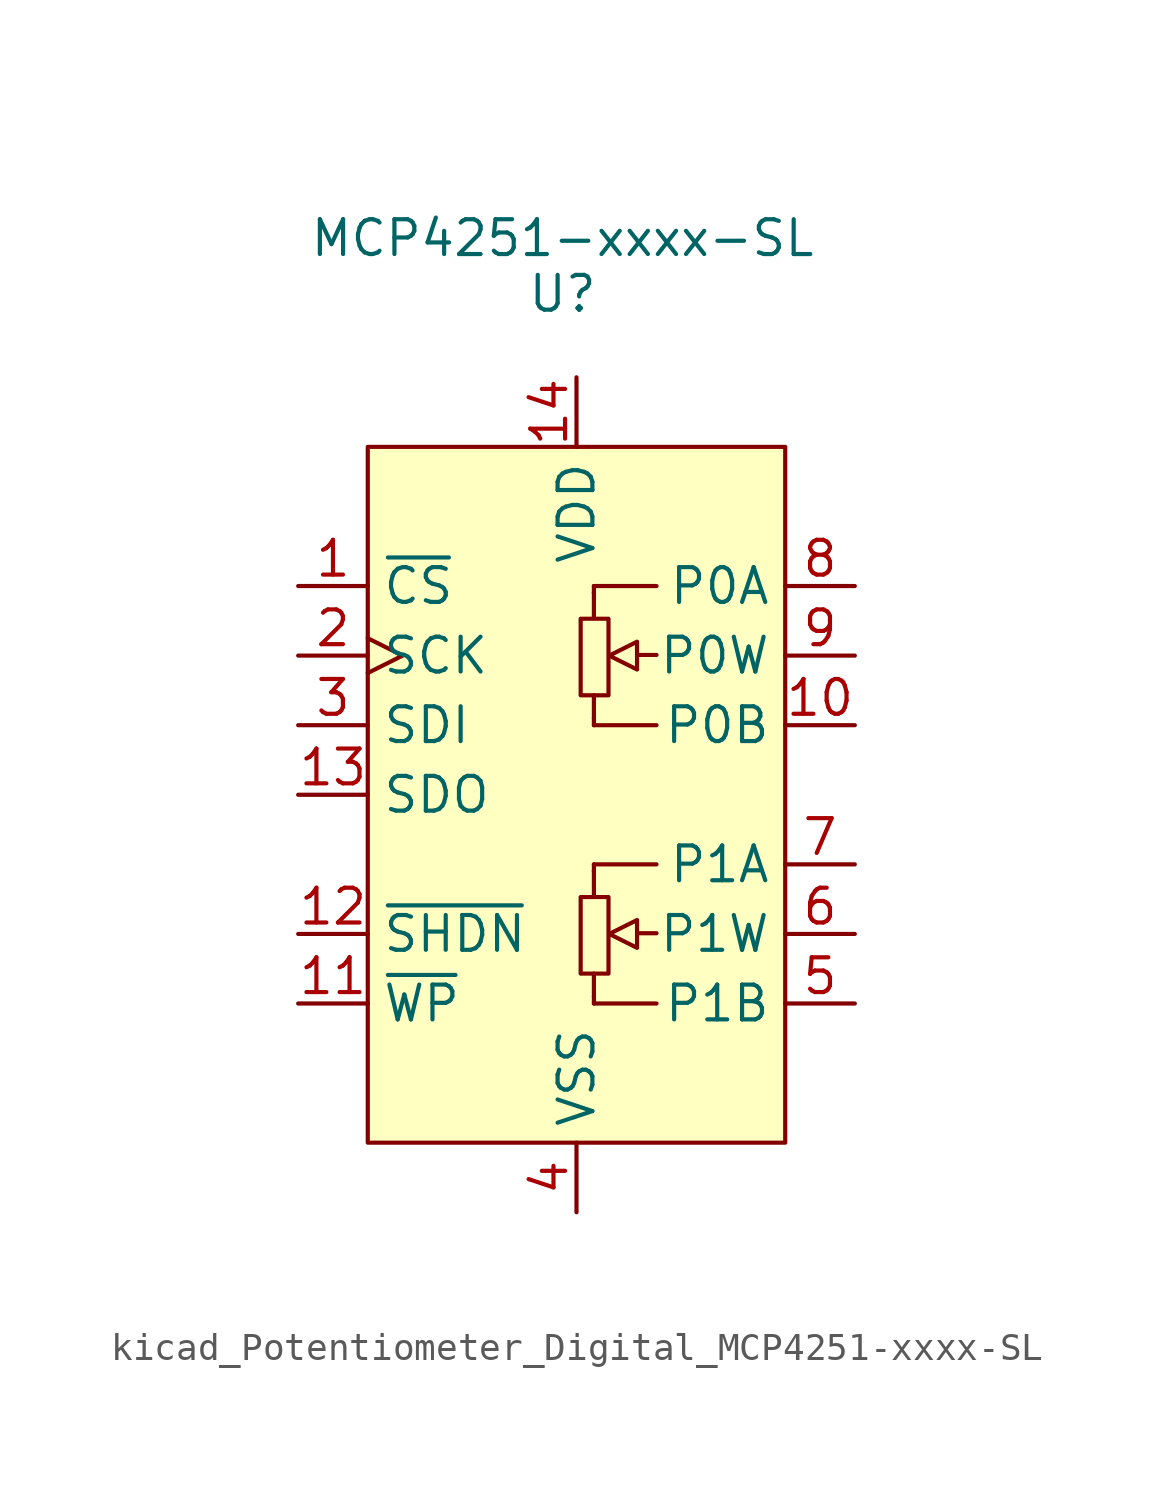
<source format=kicad_sym>
(kicad_symbol_lib
  (version 20220914)
  (generator kicad_symbol_editor)
  (symbol "kicad_Potentiometer_Digital_MCP4251-xxxx-SL"
    (property "Reference" "U"
      (at -0.508 18.288 0)
      (effects (font (size 1.27 1.27))))
    (property "Value" "MCP4251-xxxx-SL"
      (at -0.508 20.32 0)
      (effects (font (size 1.27 1.27))))
    (symbol "kicad_Potentiometer_Digital_MCP4251-xxxx-SL_1_1"
      (polyline (pts (xy 0.635 -7.366) (xy 0.635 -6.528)) (stroke (width 0) (type default)) (fill (type none)))
      (polyline (pts (xy 0.635 -2.769) (xy 0.635 -3.708)) (stroke (width 0) (type default)) (fill (type none)))
      (polyline (pts (xy 0.635 2.794) (xy 0.635 3.632)) (stroke (width 0) (type default)) (fill (type none)))
      (polyline (pts (xy 0.635 7.391) (xy 0.635 6.452)) (stroke (width 0) (type default)) (fill (type none)))
      (polyline (pts (xy 2.21 -5.055) (xy 2.921 -5.055)) (stroke (width 0) (type default)) (fill (type none)))
      (polyline (pts (xy 2.21 5.105) (xy 2.921 5.105)) (stroke (width 0) (type default)) (fill (type none)))
      (polyline (pts (xy 0.635 -7.62) (xy 0.635 -7.366) (xy 0.635 -7.366)) (stroke (width 0) (type default)) (fill (type background)))
      (polyline (pts (xy 0.635 -7.62) (xy 2.921 -7.62) (xy 2.921 -7.62)) (stroke (width 0) (type default)) (fill (type background)))
      (polyline (pts (xy 0.635 -2.54) (xy 0.635 -2.794) (xy 0.635 -2.794)) (stroke (width 0) (type default)) (fill (type none)))
      (polyline (pts (xy 0.635 -2.54) (xy 2.921 -2.54) (xy 2.921 -2.54)) (stroke (width 0) (type default)) (fill (type background)))
      (polyline (pts (xy 0.635 2.54) (xy 0.635 2.794) (xy 0.635 2.794)) (stroke (width 0) (type default)) (fill (type background)))
      (polyline (pts (xy 0.635 2.54) (xy 2.921 2.54) (xy 2.921 2.54)) (stroke (width 0) (type default)) (fill (type background)))
      (polyline (pts (xy 0.635 7.62) (xy 0.635 7.366) (xy 0.635 7.366)) (stroke (width 0) (type default)) (fill (type none)))
      (polyline (pts (xy 0.635 7.62) (xy 2.921 7.62) (xy 2.921 7.62)) (stroke (width 0) (type default)) (fill (type background)))
      (polyline (pts (xy 2.21 -4.572) (xy 2.21 -5.588) (xy 1.194 -5.08) (xy 2.21 -4.572) (xy 2.21 -4.572)) (stroke (width 0) (type default)) (fill (type background)))
      (polyline (pts (xy 2.21 5.588) (xy 2.21 4.572) (xy 1.194 5.08) (xy 2.21 5.588) (xy 2.21 5.588)) (stroke (width 0) (type default)) (fill (type background)))
      (polyline (pts (xy 0 12.7) (xy 7.62 12.7) (xy 7.62 0) (xy 7.62 -12.7) (xy -7.62 -12.7) (xy -7.62 12.7) (xy 0 12.7)) (stroke (width 0) (type default)) (fill (type background)))
      (rectangle (start 0.152 -3.734) (end 1.168 -6.528) (stroke (width 0) (type default)) (fill (type none)))
      (rectangle (start 0.152 6.426) (end 1.168 3.632) (stroke (width 0) (type default)) (fill (type none)))
      (pin input line (at -10.16 7.62 0) (length 2.54) (name "~{CS}" (effects (font (size 1.27 1.27)))) (number "1" (effects (font (size 1.27 1.27)))))
      (pin passive line (at 10.16 2.54 180) (length 2.54) (name "P0B" (effects (font (size 1.27 1.27)))) (number "10" (effects (font (size 1.27 1.27)))))
      (pin input line (at -10.16 -7.62 0) (length 2.54) (name "~{WP}" (effects (font (size 1.27 1.27)))) (number "11" (effects (font (size 1.27 1.27)))))
      (pin input line (at -10.16 -5.08 0) (length 2.54) (name "~{SHDN}" (effects (font (size 1.27 1.27)))) (number "12" (effects (font (size 1.27 1.27)))))
      (pin output line (at -10.16 0 0) (length 2.54) (name "SDO" (effects (font (size 1.27 1.27)))) (number "13" (effects (font (size 1.27 1.27)))))
      (pin power_in line (at 0 15.24 270) (length 2.54) (name "VDD" (effects (font (size 1.27 1.27)))) (number "14" (effects (font (size 1.27 1.27)))))
      (pin input clock (at -10.16 5.08 0) (length 2.54) (name "SCK" (effects (font (size 1.27 1.27)))) (number "2" (effects (font (size 1.27 1.27)))))
      (pin input line (at -10.16 2.54 0) (length 2.54) (name "SDI" (effects (font (size 1.27 1.27)))) (number "3" (effects (font (size 1.27 1.27)))))
      (pin power_in line (at 0 -15.24 90) (length 2.54) (name "VSS" (effects (font (size 1.27 1.27)))) (number "4" (effects (font (size 1.27 1.27)))))
      (pin passive line (at 10.16 -7.62 180) (length 2.54) (name "P1B" (effects (font (size 1.27 1.27)))) (number "5" (effects (font (size 1.27 1.27)))))
      (pin passive line (at 10.16 -5.08 180) (length 2.54) (name "P1W" (effects (font (size 1.27 1.27)))) (number "6" (effects (font (size 1.27 1.27)))))
      (pin passive line (at 10.16 -2.54 180) (length 2.54) (name "P1A" (effects (font (size 1.27 1.27)))) (number "7" (effects (font (size 1.27 1.27)))))
      (pin passive line (at 10.16 7.62 180) (length 2.54) (name "P0A" (effects (font (size 1.27 1.27)))) (number "8" (effects (font (size 1.27 1.27)))))
      (pin passive line (at 10.16 5.08 180) (length 2.54) (name "P0W" (effects (font (size 1.27 1.27)))) (number "9" (effects (font (size 1.27 1.27))))))))
</source>
